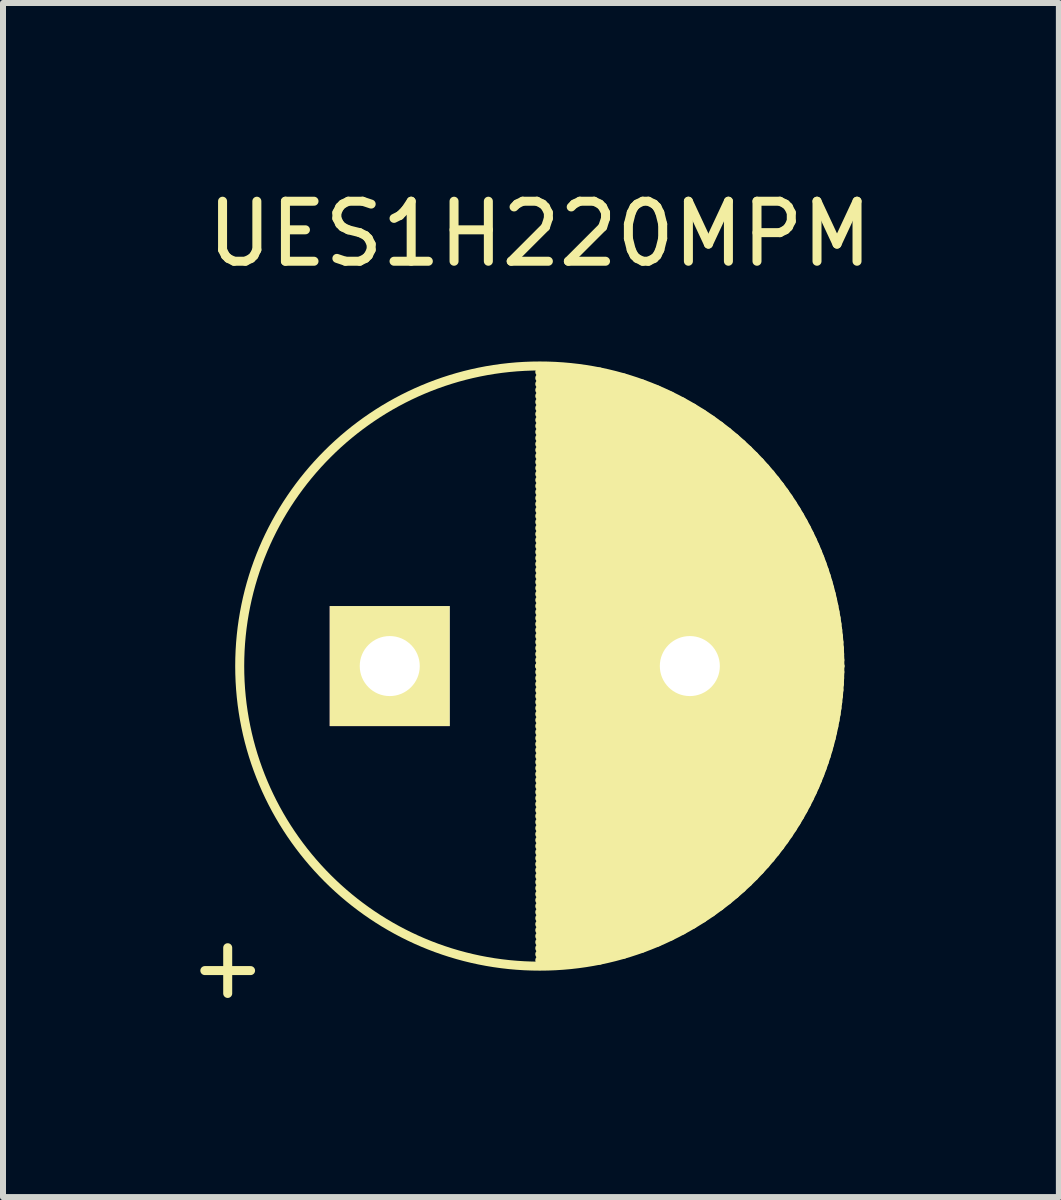
<source format=kicad_pcb>
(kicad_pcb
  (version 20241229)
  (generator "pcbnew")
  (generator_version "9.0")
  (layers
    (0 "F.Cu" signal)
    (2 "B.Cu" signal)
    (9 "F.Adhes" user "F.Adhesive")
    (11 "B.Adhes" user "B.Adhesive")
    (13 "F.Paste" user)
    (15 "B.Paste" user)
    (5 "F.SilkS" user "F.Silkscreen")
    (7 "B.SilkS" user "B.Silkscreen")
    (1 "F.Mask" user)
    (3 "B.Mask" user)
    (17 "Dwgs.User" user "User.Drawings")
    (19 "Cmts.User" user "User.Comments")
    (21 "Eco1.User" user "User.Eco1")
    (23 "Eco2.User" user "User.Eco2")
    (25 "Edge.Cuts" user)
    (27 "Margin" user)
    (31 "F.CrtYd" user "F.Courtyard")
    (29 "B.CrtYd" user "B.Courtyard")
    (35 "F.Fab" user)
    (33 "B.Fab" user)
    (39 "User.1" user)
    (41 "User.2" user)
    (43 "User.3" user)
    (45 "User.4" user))
  (footprint "UES1H220MPM"
    (layer "F.Cu")
    (at 3.444 8.048)
    (property "Reference" "UES1H220MPM" (at 2.5 -7.2 0) (layer "F.SilkS") (effects (font (size 1 1) (thickness 0.15))))
    (attr through_hole)
    (fp_line (start 2.5 -4.9) (end 3.495 -4.9) (stroke (width 0.15) (type solid)) (layer "F.SilkS"))
    (fp_line (start 2.5 -4.8) (end 3.9 -4.8) (stroke (width 0.15) (type solid)) (layer "F.SilkS"))
    (fp_line (start 2.5 -4.7) (end 4.206 -4.7) (stroke (width 0.15) (type solid)) (layer "F.SilkS"))
    (fp_line (start 2.5 -4.6) (end 4.46 -4.6) (stroke (width 0.15) (type solid)) (layer "F.SilkS"))
    (fp_line (start 2.5 -4.5) (end 4.679 -4.5) (stroke (width 0.15) (type solid)) (layer "F.SilkS"))
    (fp_line (start 2.5 -4.4) (end 4.875 -4.4) (stroke (width 0.15) (type solid)) (layer "F.SilkS"))
    (fp_line (start 2.5 -4.3) (end 5.051 -4.3) (stroke (width 0.15) (type solid)) (layer "F.SilkS"))
    (fp_line (start 2.5 -4.2) (end 5.213 -4.2) (stroke (width 0.15) (type solid)) (layer "F.SilkS"))
    (fp_line (start 2.5 -4.1) (end 5.362 -4.1) (stroke (width 0.15) (type solid)) (layer "F.SilkS"))
    (fp_line (start 2.5 -4) (end 5.5 -4) (stroke (width 0.15) (type solid)) (layer "F.SilkS"))
    (fp_line (start 2.5 -3.9) (end 5.629 -3.9) (stroke (width 0.15) (type solid)) (layer "F.SilkS"))
    (fp_line (start 2.5 -3.8) (end 5.75 -3.8) (stroke (width 0.15) (type solid)) (layer "F.SilkS"))
    (fp_line (start 2.5 -3.7) (end 5.863 -3.7) (stroke (width 0.15) (type solid)) (layer "F.SilkS"))
    (fp_line (start 2.5 -3.6) (end 5.97 -3.6) (stroke (width 0.15) (type solid)) (layer "F.SilkS"))
    (fp_line (start 2.5 -3.5) (end 6.071 -3.5) (stroke (width 0.15) (type solid)) (layer "F.SilkS"))
    (fp_line (start 2.5 -3.4) (end 6.166 -3.4) (stroke (width 0.15) (type solid)) (layer "F.SilkS"))
    (fp_line (start 2.5 -3.3) (end 6.256 -3.3) (stroke (width 0.15) (type solid)) (layer "F.SilkS"))
    (fp_line (start 2.5 -3.2) (end 6.342 -3.2) (stroke (width 0.15) (type solid)) (layer "F.SilkS"))
    (fp_line (start 2.5 -3.1) (end 6.423 -3.1) (stroke (width 0.15) (type solid)) (layer "F.SilkS"))
    (fp_line (start 2.5 -3) (end 6.5 -3) (stroke (width 0.15) (type solid)) (layer "F.SilkS"))
    (fp_line (start 2.5 -2.9) (end 6.573 -2.9) (stroke (width 0.15) (type solid)) (layer "F.SilkS"))
    (fp_line (start 2.5 -2.8) (end 6.642 -2.8) (stroke (width 0.15) (type solid)) (layer "F.SilkS"))
    (fp_line (start 2.5 -2.7) (end 6.708 -2.7) (stroke (width 0.15) (type solid)) (layer "F.SilkS"))
    (fp_line (start 2.5 -2.6) (end 6.771 -2.6) (stroke (width 0.15) (type solid)) (layer "F.SilkS"))
    (fp_line (start 2.5 -2.5) (end 6.83 -2.5) (stroke (width 0.15) (type solid)) (layer "F.SilkS"))
    (fp_line (start 2.5 -2.4) (end 6.886 -2.4) (stroke (width 0.15) (type solid)) (layer "F.SilkS"))
    (fp_line (start 2.5 -2.3) (end 6.94 -2.3) (stroke (width 0.15) (type solid)) (layer "F.SilkS"))
    (fp_line (start 2.5 -2.2) (end 6.99 -2.2) (stroke (width 0.15) (type solid)) (layer "F.SilkS"))
    (fp_line (start 2.5 -2.1) (end 7.038 -2.1) (stroke (width 0.15) (type solid)) (layer "F.SilkS"))
    (fp_line (start 2.5 -2) (end 7.083 -2) (stroke (width 0.15) (type solid)) (layer "F.SilkS"))
    (fp_line (start 2.5 -1.9) (end 7.125 -1.9) (stroke (width 0.15) (type solid)) (layer "F.SilkS"))
    (fp_line (start 2.5 -1.8) (end 7.165 -1.8) (stroke (width 0.15) (type solid)) (layer "F.SilkS"))
    (fp_line (start 2.5 -1.7) (end 7.202 -1.7) (stroke (width 0.15) (type solid)) (layer "F.SilkS"))
    (fp_line (start 2.5 -1.6) (end 7.237 -1.6) (stroke (width 0.15) (type solid)) (layer "F.SilkS"))
    (fp_line (start 2.5 -1.5) (end 7.27 -1.5) (stroke (width 0.15) (type solid)) (layer "F.SilkS"))
    (fp_line (start 2.5 -1.4) (end 7.3 -1.4) (stroke (width 0.15) (type solid)) (layer "F.SilkS"))
    (fp_line (start 2.5 -1.3) (end 7.328 -1.3) (stroke (width 0.15) (type solid)) (layer "F.SilkS"))
    (fp_line (start 2.5 -1.2) (end 7.354 -1.2) (stroke (width 0.15) (type solid)) (layer "F.SilkS"))
    (fp_line (start 2.5 -1.1) (end 7.377 -1.1) (stroke (width 0.15) (type solid)) (layer "F.SilkS"))
    (fp_line (start 2.5 -1) (end 7.399 -1) (stroke (width 0.15) (type solid)) (layer "F.SilkS"))
    (fp_line (start 2.5 -0.9) (end 7.418 -0.9) (stroke (width 0.15) (type solid)) (layer "F.SilkS"))
    (fp_line (start 2.5 -0.8) (end 7.436 -0.8) (stroke (width 0.15) (type solid)) (layer "F.SilkS"))
    (fp_line (start 2.5 -0.7) (end 7.451 -0.7) (stroke (width 0.15) (type solid)) (layer "F.SilkS"))
    (fp_line (start 2.5 -0.6) (end 7.464 -0.6) (stroke (width 0.15) (type solid)) (layer "F.SilkS"))
    (fp_line (start 2.5 -0.5) (end 7.475 -0.5) (stroke (width 0.15) (type solid)) (layer "F.SilkS"))
    (fp_line (start 2.5 -0.4) (end 7.484 -0.4) (stroke (width 0.15) (type solid)) (layer "F.SilkS"))
    (fp_line (start 2.5 -0.3) (end 7.491 -0.3) (stroke (width 0.15) (type solid)) (layer "F.SilkS"))
    (fp_line (start 2.5 -0.2) (end 7.496 -0.2) (stroke (width 0.15) (type solid)) (layer "F.SilkS"))
    (fp_line (start 2.5 -0.1) (end 7.499 -0.1) (stroke (width 0.15) (type solid)) (layer "F.SilkS"))
    (fp_line (start 2.5 0) (end 7.5 0) (stroke (width 0.15) (type solid)) (layer "F.SilkS"))
    (fp_line (start 2.5 0) (end 7.5 0) (stroke (width 0.15) (type solid)) (layer "F.SilkS"))
    (fp_line (start 2.5 0.1) (end 7.499 0.1) (stroke (width 0.15) (type solid)) (layer "F.SilkS"))
    (fp_line (start 2.5 0.2) (end 7.496 0.2) (stroke (width 0.15) (type solid)) (layer "F.SilkS"))
    (fp_line (start 2.5 0.3) (end 7.491 0.3) (stroke (width 0.15) (type solid)) (layer "F.SilkS"))
    (fp_line (start 2.5 0.4) (end 7.484 0.4) (stroke (width 0.15) (type solid)) (layer "F.SilkS"))
    (fp_line (start 2.5 0.5) (end 7.475 0.5) (stroke (width 0.15) (type solid)) (layer "F.SilkS"))
    (fp_line (start 2.5 0.6) (end 7.464 0.6) (stroke (width 0.15) (type solid)) (layer "F.SilkS"))
    (fp_line (start 2.5 0.7) (end 7.451 0.7) (stroke (width 0.15) (type solid)) (layer "F.SilkS"))
    (fp_line (start 2.5 0.8) (end 7.436 0.8) (stroke (width 0.15) (type solid)) (layer "F.SilkS"))
    (fp_line (start 2.5 0.9) (end 7.418 0.9) (stroke (width 0.15) (type solid)) (layer "F.SilkS"))
    (fp_line (start 2.5 1) (end 7.399 1) (stroke (width 0.15) (type solid)) (layer "F.SilkS"))
    (fp_line (start 2.5 1.1) (end 7.377 1.1) (stroke (width 0.15) (type solid)) (layer "F.SilkS"))
    (fp_line (start 2.5 1.2) (end 7.354 1.2) (stroke (width 0.15) (type solid)) (layer "F.SilkS"))
    (fp_line (start 2.5 1.3) (end 7.328 1.3) (stroke (width 0.15) (type solid)) (layer "F.SilkS"))
    (fp_line (start 2.5 1.4) (end 7.3 1.4) (stroke (width 0.15) (type solid)) (layer "F.SilkS"))
    (fp_line (start 2.5 1.5) (end 7.27 1.5) (stroke (width 0.15) (type solid)) (layer "F.SilkS"))
    (fp_line (start 2.5 1.6) (end 7.237 1.6) (stroke (width 0.15) (type solid)) (layer "F.SilkS"))
    (fp_line (start 2.5 1.7) (end 7.202 1.7) (stroke (width 0.15) (type solid)) (layer "F.SilkS"))
    (fp_line (start 2.5 1.8) (end 7.165 1.8) (stroke (width 0.15) (type solid)) (layer "F.SilkS"))
    (fp_line (start 2.5 1.9) (end 7.125 1.9) (stroke (width 0.15) (type solid)) (layer "F.SilkS"))
    (fp_line (start 2.5 2) (end 7.083 2) (stroke (width 0.15) (type solid)) (layer "F.SilkS"))
    (fp_line (start 2.5 2.1) (end 7.038 2.1) (stroke (width 0.15) (type solid)) (layer "F.SilkS"))
    (fp_line (start 2.5 2.2) (end 6.99 2.2) (stroke (width 0.15) (type solid)) (layer "F.SilkS"))
    (fp_line (start 2.5 2.3) (end 6.94 2.3) (stroke (width 0.15) (type solid)) (layer "F.SilkS"))
    (fp_line (start 2.5 2.4) (end 6.886 2.4) (stroke (width 0.15) (type solid)) (layer "F.SilkS"))
    (fp_line (start 2.5 2.5) (end 6.83 2.5) (stroke (width 0.15) (type solid)) (layer "F.SilkS"))
    (fp_line (start 2.5 2.6) (end 6.771 2.6) (stroke (width 0.15) (type solid)) (layer "F.SilkS"))
    (fp_line (start 2.5 2.7) (end 6.708 2.7) (stroke (width 0.15) (type solid)) (layer "F.SilkS"))
    (fp_line (start 2.5 2.8) (end 6.642 2.8) (stroke (width 0.15) (type solid)) (layer "F.SilkS"))
    (fp_line (start 2.5 2.9) (end 6.573 2.9) (stroke (width 0.15) (type solid)) (layer "F.SilkS"))
    (fp_line (start 2.5 3) (end 6.5 3) (stroke (width 0.15) (type solid)) (layer "F.SilkS"))
    (fp_line (start 2.5 3.1) (end 6.423 3.1) (stroke (width 0.15) (type solid)) (layer "F.SilkS"))
    (fp_line (start 2.5 3.2) (end 6.342 3.2) (stroke (width 0.15) (type solid)) (layer "F.SilkS"))
    (fp_line (start 2.5 3.3) (end 6.256 3.3) (stroke (width 0.15) (type solid)) (layer "F.SilkS"))
    (fp_line (start 2.5 3.4) (end 6.166 3.4) (stroke (width 0.15) (type solid)) (layer "F.SilkS"))
    (fp_line (start 2.5 3.5) (end 6.071 3.5) (stroke (width 0.15) (type solid)) (layer "F.SilkS"))
    (fp_line (start 2.5 3.6) (end 5.97 3.6) (stroke (width 0.15) (type solid)) (layer "F.SilkS"))
    (fp_line (start 2.5 3.7) (end 5.863 3.7) (stroke (width 0.15) (type solid)) (layer "F.SilkS"))
    (fp_line (start 2.5 3.8) (end 5.75 3.8) (stroke (width 0.15) (type solid)) (layer "F.SilkS"))
    (fp_line (start 2.5 3.9) (end 5.629 3.9) (stroke (width 0.15) (type solid)) (layer "F.SilkS"))
    (fp_line (start 2.5 4) (end 5.5 4) (stroke (width 0.15) (type solid)) (layer "F.SilkS"))
    (fp_line (start 2.5 4.1) (end 5.362 4.1) (stroke (width 0.15) (type solid)) (layer "F.SilkS"))
    (fp_line (start 2.5 4.2) (end 5.213 4.2) (stroke (width 0.15) (type solid)) (layer "F.SilkS"))
    (fp_line (start 2.5 4.3) (end 5.051 4.3) (stroke (width 0.15) (type solid)) (layer "F.SilkS"))
    (fp_line (start 2.5 4.4) (end 4.875 4.4) (stroke (width 0.15) (type solid)) (layer "F.SilkS"))
    (fp_line (start 2.5 4.5) (end 4.679 4.5) (stroke (width 0.15) (type solid)) (layer "F.SilkS"))
    (fp_line (start 2.5 4.6) (end 4.46 4.6) (stroke (width 0.15) (type solid)) (layer "F.SilkS"))
    (fp_line (start 2.5 4.7) (end 4.206 4.7) (stroke (width 0.15) (type solid)) (layer "F.SilkS"))
    (fp_line (start 2.5 4.8) (end 3.9 4.8) (stroke (width 0.15) (type solid)) (layer "F.SilkS"))
    (fp_line (start 2.5 4.9) (end 3.495 4.9) (stroke (width 0.15) (type solid)) (layer "F.SilkS"))
    (fp_circle (center 2.5 0) (end 2.5 -5) (stroke (width 0.15) (type solid)) (fill no) (layer "F.SilkS"))
    (fp_text user "+" (at -2.7 5 0) (layer "F.SilkS") (effects (font (size 1 1) (thickness 0.15))))
    (pad "1" thru_hole rect (at 0 0) (size 2 2) (drill 1) (layers "*.Cu" "*.Mask" "F.SilkS"))
    (pad "2" thru_hole circle (at 5 0) (size 2 2) (drill 1) (layers "*.Cu" "*.Mask" "F.SilkS")))
  (gr_rect
    (start -3 -3)
    (end 14.593 16.896)
    (stroke (width 0.1) (type default))
    (fill no)
    (layer "Edge.Cuts")))
</source>
